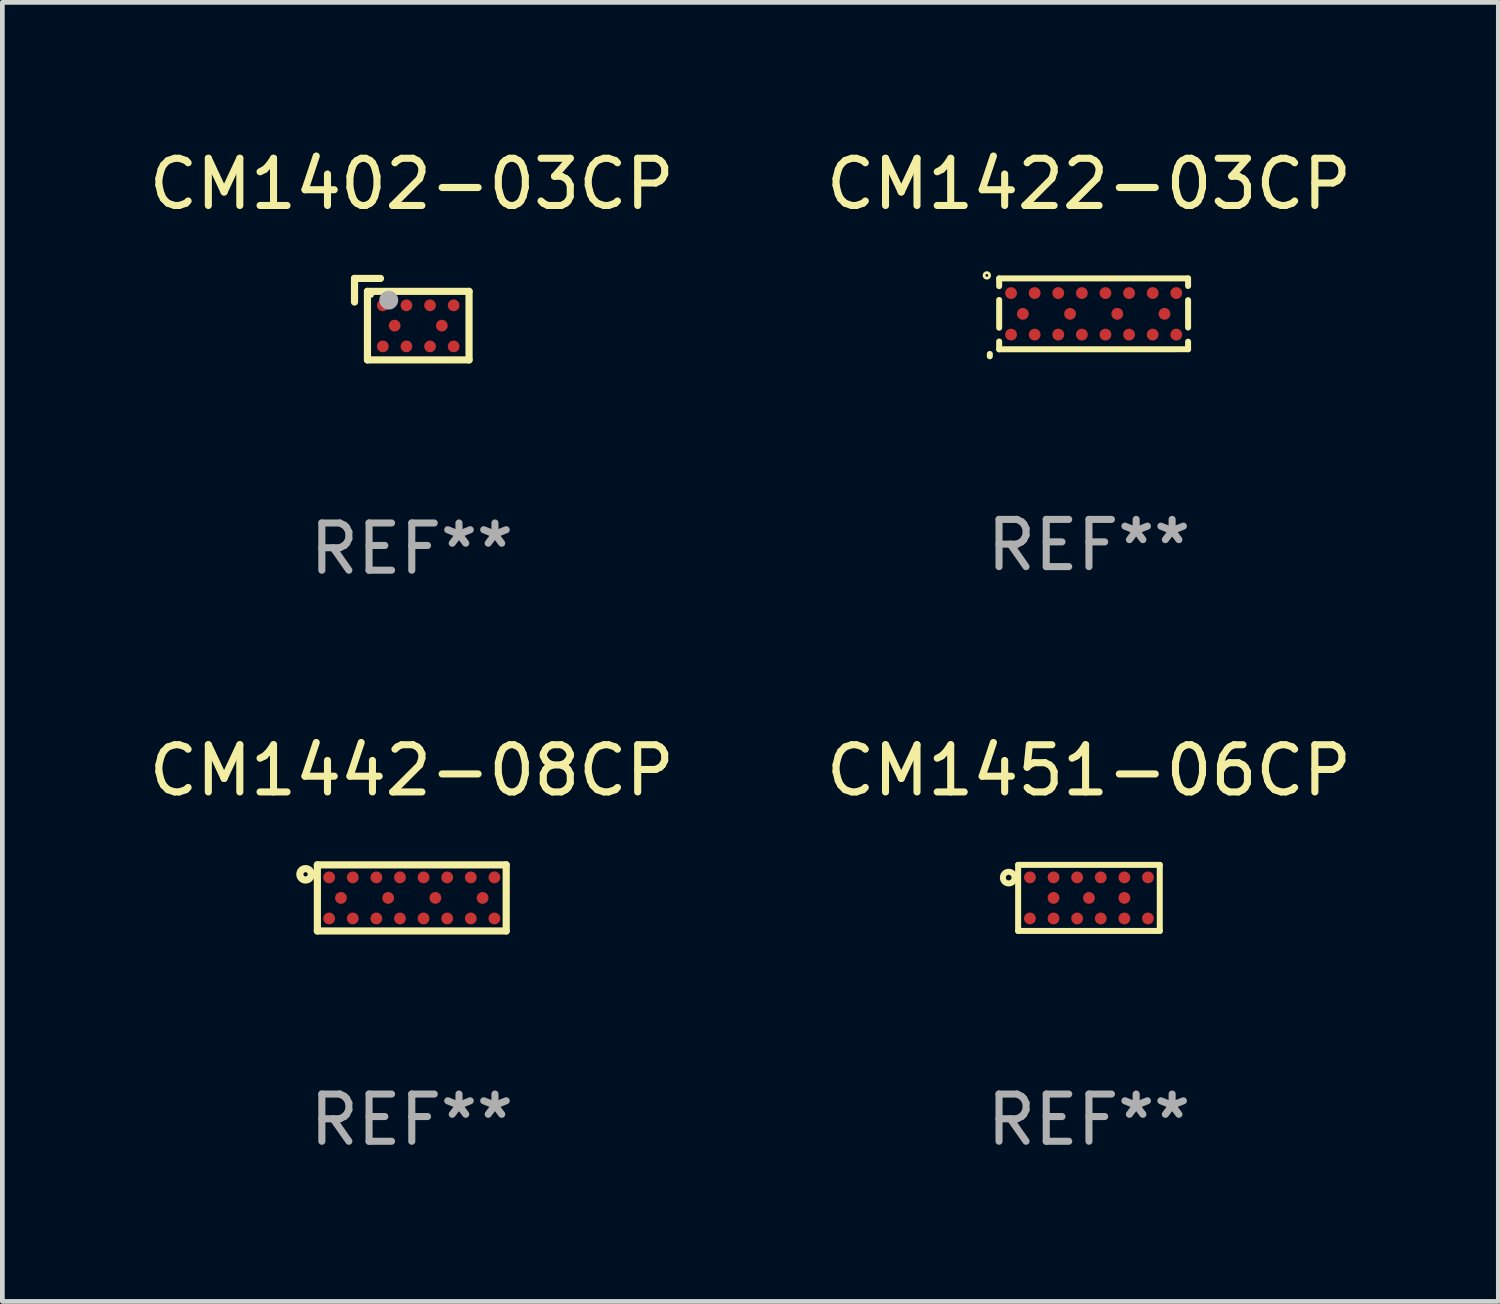
<source format=kicad_pcb>
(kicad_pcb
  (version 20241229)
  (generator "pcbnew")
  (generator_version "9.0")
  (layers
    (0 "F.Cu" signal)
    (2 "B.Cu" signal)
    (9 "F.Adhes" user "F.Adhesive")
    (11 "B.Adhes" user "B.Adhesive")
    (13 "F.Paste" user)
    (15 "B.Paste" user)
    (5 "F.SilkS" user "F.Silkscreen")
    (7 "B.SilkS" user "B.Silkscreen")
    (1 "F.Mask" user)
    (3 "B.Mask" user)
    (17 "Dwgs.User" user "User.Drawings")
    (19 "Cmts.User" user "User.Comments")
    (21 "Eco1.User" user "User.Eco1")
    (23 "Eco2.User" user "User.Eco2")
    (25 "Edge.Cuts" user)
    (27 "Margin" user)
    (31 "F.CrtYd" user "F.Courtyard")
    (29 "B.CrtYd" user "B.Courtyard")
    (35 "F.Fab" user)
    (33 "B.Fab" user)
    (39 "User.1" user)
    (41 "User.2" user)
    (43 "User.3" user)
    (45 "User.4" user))
  (footprint "CM1442-08CP"
    (layer "F.Cu")
    (at 5.673 15.971)
    (property "Reference" "CM1442-08CP" (at 0 -2.7 0) (layer "F.SilkS") (effects (font (size 1 1) (thickness 0.15))))
    (attr through_hole)
    (fp_line (start -2 -0.7) (end -2 0.7) (stroke (width 0.152) (type solid)) (layer "F.SilkS"))
    (fp_line (start -2 -0.7) (end 2 -0.7) (stroke (width 0.152) (type solid)) (layer "F.SilkS"))
    (fp_line (start -2 0.7) (end 2 0.7) (stroke (width 0.152) (type solid)) (layer "F.SilkS"))
    (fp_line (start 2 -0.7) (end 2 0.7) (stroke (width 0.152) (type solid)) (layer "F.SilkS"))
    (fp_circle (center -2.25 -0.5) (end -2.205 -0.5) (stroke (width 0.152) (type solid)) (fill no) (layer "F.SilkS"))
    (fp_text user "REF**" (at 0 4.7 0) (layer "F.Fab") (effects (font (size 1 1) (thickness 0.15))))
    (pad "A1" smd circle (at -1.75 -0.435) (size 0.25 0.25) (layers "F.Cu" "F.Mask" "F.Paste"))
    (pad "A2" smd circle (at -1.25 -0.435) (size 0.25 0.25) (layers "F.Cu" "F.Mask" "F.Paste"))
    (pad "A3" smd circle (at -0.75 -0.435) (size 0.25 0.25) (layers "F.Cu" "F.Mask" "F.Paste"))
    (pad "A4" smd circle (at -0.25 -0.435) (size 0.25 0.25) (layers "F.Cu" "F.Mask" "F.Paste"))
    (pad "A5" smd circle (at 0.25 -0.435) (size 0.25 0.25) (layers "F.Cu" "F.Mask" "F.Paste"))
    (pad "A6" smd circle (at 0.75 -0.435) (size 0.25 0.25) (layers "F.Cu" "F.Mask" "F.Paste"))
    (pad "A7" smd circle (at 1.25 -0.435) (size 0.25 0.25) (layers "F.Cu" "F.Mask" "F.Paste"))
    (pad "A8" smd circle (at 1.75 -0.435) (size 0.25 0.25) (layers "F.Cu" "F.Mask" "F.Paste"))
    (pad "B1" smd circle (at -1.5 0) (size 0.25 0.25) (layers "F.Cu" "F.Mask" "F.Paste"))
    (pad "B2" smd circle (at -0.5 0) (size 0.25 0.25) (layers "F.Cu" "F.Mask" "F.Paste"))
    (pad "B3" smd circle (at 0.5 0) (size 0.25 0.25) (layers "F.Cu" "F.Mask" "F.Paste"))
    (pad "B4" smd circle (at 1.5 0) (size 0.25 0.25) (layers "F.Cu" "F.Mask" "F.Paste"))
    (pad "C1" smd circle (at -1.75 0.435) (size 0.25 0.25) (layers "F.Cu" "F.Mask" "F.Paste"))
    (pad "C2" smd circle (at -1.25 0.435) (size 0.25 0.25) (layers "F.Cu" "F.Mask" "F.Paste"))
    (pad "C3" smd circle (at -0.75 0.435) (size 0.25 0.25) (layers "F.Cu" "F.Mask" "F.Paste"))
    (pad "C4" smd circle (at -0.25 0.435) (size 0.25 0.25) (layers "F.Cu" "F.Mask" "F.Paste"))
    (pad "C5" smd circle (at 0.25 0.435) (size 0.25 0.25) (layers "F.Cu" "F.Mask" "F.Paste"))
    (pad "C6" smd circle (at 0.75 0.435) (size 0.25 0.25) (layers "F.Cu" "F.Mask" "F.Paste"))
    (pad "C7" smd circle (at 1.25 0.435) (size 0.25 0.25) (layers "F.Cu" "F.Mask" "F.Paste"))
    (pad "C8" smd circle (at 1.75 0.435) (size 0.25 0.25) (layers "F.Cu" "F.Mask" "F.Paste")))
  (footprint "CM1422-03CP"
    (layer "F.Cu")
    (at 20.018 3.673)
    (property "Reference" "CM1422-03CP" (at 0 -2.825 0) (layer "F.SilkS") (effects (font (size 1 1) (thickness 0.15))))
    (attr through_hole)
    (fp_line (start -2.1 0.775) (end -2.1 0.825) (stroke (width 0.127) (type solid)) (layer "F.SilkS"))
    (fp_line (start -1.902 -0.661) (end -1.902 -0.824) (stroke (width 0.127) (type solid)) (layer "F.SilkS"))
    (fp_line (start -1.902 0.219) (end -1.902 -0.369) (stroke (width 0.127) (type solid)) (layer "F.SilkS"))
    (fp_line (start -1.902 0.676) (end -1.902 0.511) (stroke (width 0.127) (type solid)) (layer "F.SilkS"))
    (fp_line (start -1.9 -0.825) (end 2.1 -0.825) (stroke (width 0.127) (type solid)) (layer "F.SilkS"))
    (fp_line (start 2.1 -0.825) (end 2.1 -0.665) (stroke (width 0.127) (type solid)) (layer "F.SilkS"))
    (fp_line (start 2.1 -0.365) (end 2.1 0.215) (stroke (width 0.127) (type solid)) (layer "F.SilkS"))
    (fp_line (start 2.1 0.515) (end 2.1 0.675) (stroke (width 0.127) (type solid)) (layer "F.SilkS"))
    (fp_line (start 2.1 0.675) (end -1.902 0.676) (stroke (width 0.127) (type solid)) (layer "F.SilkS"))
    (fp_circle (center -2.163 -0.889) (end -2.134 -0.889) (stroke (width 0.06) (type solid)) (fill no) (layer "F.SilkS"))
    (fp_text user "REF**" (at 0 4.825 0) (layer "F.Fab") (effects (font (size 1 1) (thickness 0.15))))
    (pad "A1" smd circle (at -1.65 -0.515) (size 0.25 0.25) (layers "F.Cu" "F.Mask" "F.Paste"))
    (pad "A2" smd circle (at -1.15 -0.515) (size 0.25 0.25) (layers "F.Cu" "F.Mask" "F.Paste"))
    (pad "A3" smd circle (at -0.65 -0.515) (size 0.25 0.25) (layers "F.Cu" "F.Mask" "F.Paste"))
    (pad "A4" smd circle (at -0.15 -0.515) (size 0.25 0.25) (layers "F.Cu" "F.Mask" "F.Paste"))
    (pad "A5" smd circle (at 0.35 -0.515) (size 0.25 0.25) (layers "F.Cu" "F.Mask" "F.Paste"))
    (pad "A6" smd circle (at 0.85 -0.515) (size 0.25 0.25) (layers "F.Cu" "F.Mask" "F.Paste"))
    (pad "A7" smd circle (at 1.35 -0.515) (size 0.25 0.25) (layers "F.Cu" "F.Mask" "F.Paste"))
    (pad "A8" smd circle (at 1.85 -0.515) (size 0.25 0.25) (layers "F.Cu" "F.Mask" "F.Paste"))
    (pad "B1" smd circle (at -1.4 -0.075) (size 0.25 0.25) (layers "F.Cu" "F.Mask" "F.Paste"))
    (pad "B2" smd circle (at -0.4 -0.075) (size 0.25 0.25) (layers "F.Cu" "F.Mask" "F.Paste"))
    (pad "B3" smd circle (at 0.6 -0.075) (size 0.25 0.25) (layers "F.Cu" "F.Mask" "F.Paste"))
    (pad "B4" smd circle (at 1.6 -0.075) (size 0.25 0.25) (layers "F.Cu" "F.Mask" "F.Paste"))
    (pad "C1" smd circle (at -1.65 0.365) (size 0.25 0.25) (layers "F.Cu" "F.Mask" "F.Paste"))
    (pad "C2" smd circle (at -1.15 0.365) (size 0.25 0.25) (layers "F.Cu" "F.Mask" "F.Paste"))
    (pad "C3" smd circle (at -0.65 0.365) (size 0.25 0.25) (layers "F.Cu" "F.Mask" "F.Paste"))
    (pad "C4" smd circle (at -0.15 0.365) (size 0.25 0.25) (layers "F.Cu" "F.Mask" "F.Paste"))
    (pad "C5" smd circle (at 0.35 0.365) (size 0.25 0.25) (layers "F.Cu" "F.Mask" "F.Paste"))
    (pad "C6" smd circle (at 0.85 0.365) (size 0.25 0.25) (layers "F.Cu" "F.Mask" "F.Paste"))
    (pad "C7" smd circle (at 1.35 0.365) (size 0.25 0.25) (layers "F.Cu" "F.Mask" "F.Paste"))
    (pad "C8" smd circle (at 1.85 0.365) (size 0.25 0.25) (layers "F.Cu" "F.Mask" "F.Paste")))
  (footprint "CM1402-03CP"
    (layer "F.Cu")
    (at 5.673 3.711)
    (property "Reference" "CM1402-03CP" (at 0 -2.863 0) (layer "F.SilkS") (effects (font (size 1 1) (thickness 0.15))))
    (attr through_hole)
    (fp_line (start -1.213 -0.863) (end -0.663 -0.863) (stroke (width 0.152) (type solid)) (layer "F.SilkS"))
    (fp_line (start -1.213 -0.363) (end -1.213 -0.863) (stroke (width 0.152) (type solid)) (layer "F.SilkS"))
    (fp_line (start -0.939 -0.589) (end 1.213 -0.589) (stroke (width 0.152) (type solid)) (layer "F.SilkS"))
    (fp_line (start -0.939 0.863) (end -0.939 -0.589) (stroke (width 0.152) (type solid)) (layer "F.SilkS"))
    (fp_line (start 1.213 -0.589) (end 1.213 0.863) (stroke (width 0.152) (type solid)) (layer "F.SilkS"))
    (fp_line (start 1.213 0.863) (end -0.939 0.863) (stroke (width 0.152) (type solid)) (layer "F.SilkS"))
    (fp_circle (center -0.863 -0.513) (end -0.833 -0.513) (stroke (width 0.06) (type solid)) (fill no) (layer "F.SilkS"))
    (fp_circle (center -0.488 -0.403) (end -0.388 -0.403) (stroke (width 0.2) (type solid)) (fill no) (layer "F.Fab"))
    (fp_text user "REF**" (at 0 4.863 0) (layer "F.Fab") (effects (font (size 1 1) (thickness 0.15))))
    (pad "A1" smd circle (at -0.613 -0.293) (size 0.248 0.248) (layers "F.Cu" "F.Mask" "F.Paste"))
    (pad "A2" smd circle (at -0.113 -0.293) (size 0.248 0.248) (layers "F.Cu" "F.Mask" "F.Paste"))
    (pad "A3" smd circle (at 0.387 -0.293) (size 0.248 0.248) (layers "F.Cu" "F.Mask" "F.Paste"))
    (pad "A4" smd circle (at 0.887 -0.293) (size 0.248 0.248) (layers "F.Cu" "F.Mask" "F.Paste"))
    (pad "B1" smd circle (at -0.363 0.137) (size 0.248 0.248) (layers "F.Cu" "F.Mask" "F.Paste"))
    (pad "B2" smd circle (at 0.637 0.137) (size 0.248 0.248) (layers "F.Cu" "F.Mask" "F.Paste"))
    (pad "C1" smd circle (at -0.613 0.577) (size 0.248 0.248) (layers "F.Cu" "F.Mask" "F.Paste"))
    (pad "C2" smd circle (at -0.113 0.577) (size 0.248 0.248) (layers "F.Cu" "F.Mask" "F.Paste"))
    (pad "C3" smd circle (at 0.387 0.577) (size 0.248 0.248) (layers "F.Cu" "F.Mask" "F.Paste"))
    (pad "C4" smd circle (at 0.887 0.577) (size 0.248 0.248) (layers "F.Cu" "F.Mask" "F.Paste")))
  (footprint "CM1451-06CP"
    (layer "F.Cu")
    (at 20.018 15.971)
    (property "Reference" "CM1451-06CP" (at 0 -2.7 0) (layer "F.SilkS") (effects (font (size 1 1) (thickness 0.15))))
    (attr through_hole)
    (fp_line (start -1.5 -0.7) (end -1.5 0.7) (stroke (width 0.127) (type solid)) (layer "F.SilkS"))
    (fp_line (start -1.5 -0.7) (end 1.5 -0.7) (stroke (width 0.127) (type solid)) (layer "F.SilkS"))
    (fp_line (start -1.5 0.7) (end 1.5 0.7) (stroke (width 0.127) (type solid)) (layer "F.SilkS"))
    (fp_line (start 1.5 -0.7) (end 1.5 0.7) (stroke (width 0.127) (type solid)) (layer "F.SilkS"))
    (fp_circle (center -1.7 -0.43) (end -1.64 -0.43) (stroke (width 0.127) (type solid)) (fill no) (layer "F.SilkS"))
    (fp_text user "REF**" (at 0 4.7 0) (layer "F.Fab") (effects (font (size 1 1) (thickness 0.15))))
    (pad "A1" smd circle (at -1.25 -0.435) (size 0.25 0.25) (layers "F.Cu" "F.Mask" "F.Paste"))
    (pad "A2" smd circle (at -0.75 -0.435) (size 0.25 0.25) (layers "F.Cu" "F.Mask" "F.Paste"))
    (pad "A3" smd circle (at -0.25 -0.435) (size 0.25 0.25) (layers "F.Cu" "F.Mask" "F.Paste"))
    (pad "A4" smd circle (at 0.25 -0.435) (size 0.25 0.25) (layers "F.Cu" "F.Mask" "F.Paste"))
    (pad "A5" smd circle (at 0.75 -0.435) (size 0.25 0.25) (layers "F.Cu" "F.Mask" "F.Paste"))
    (pad "A6" smd circle (at 1.25 -0.435) (size 0.25 0.25) (layers "F.Cu" "F.Mask" "F.Paste"))
    (pad "B1" smd circle (at -0.75 0.000025) (size 0.25 0.25) (layers "F.Cu" "F.Mask" "F.Paste"))
    (pad "B2" smd circle (at 0 -0.000025) (size 0.25 0.25) (layers "F.Cu" "F.Mask" "F.Paste"))
    (pad "B3" smd circle (at 0.75 0.000025) (size 0.25 0.25) (layers "F.Cu" "F.Mask" "F.Paste"))
    (pad "C1" smd circle (at -1.25 0.435) (size 0.25 0.25) (layers "F.Cu" "F.Mask" "F.Paste"))
    (pad "C2" smd circle (at -0.75 0.435) (size 0.25 0.25) (layers "F.Cu" "F.Mask" "F.Paste"))
    (pad "C3" smd circle (at -0.25 0.435) (size 0.25 0.25) (layers "F.Cu" "F.Mask" "F.Paste"))
    (pad "C4" smd circle (at 0.25 0.435) (size 0.25 0.25) (layers "F.Cu" "F.Mask" "F.Paste"))
    (pad "C5" smd circle (at 0.75 0.435) (size 0.25 0.25) (layers "F.Cu" "F.Mask" "F.Paste"))
    (pad "C6" smd circle (at 1.25 0.435) (size 0.25 0.25) (layers "F.Cu" "F.Mask" "F.Paste")))
  (gr_rect
    (start -3 -3)
    (end 28.69 24.519)
    (stroke (width 0.1) (type default))
    (fill no)
    (layer "Edge.Cuts")))
</source>
